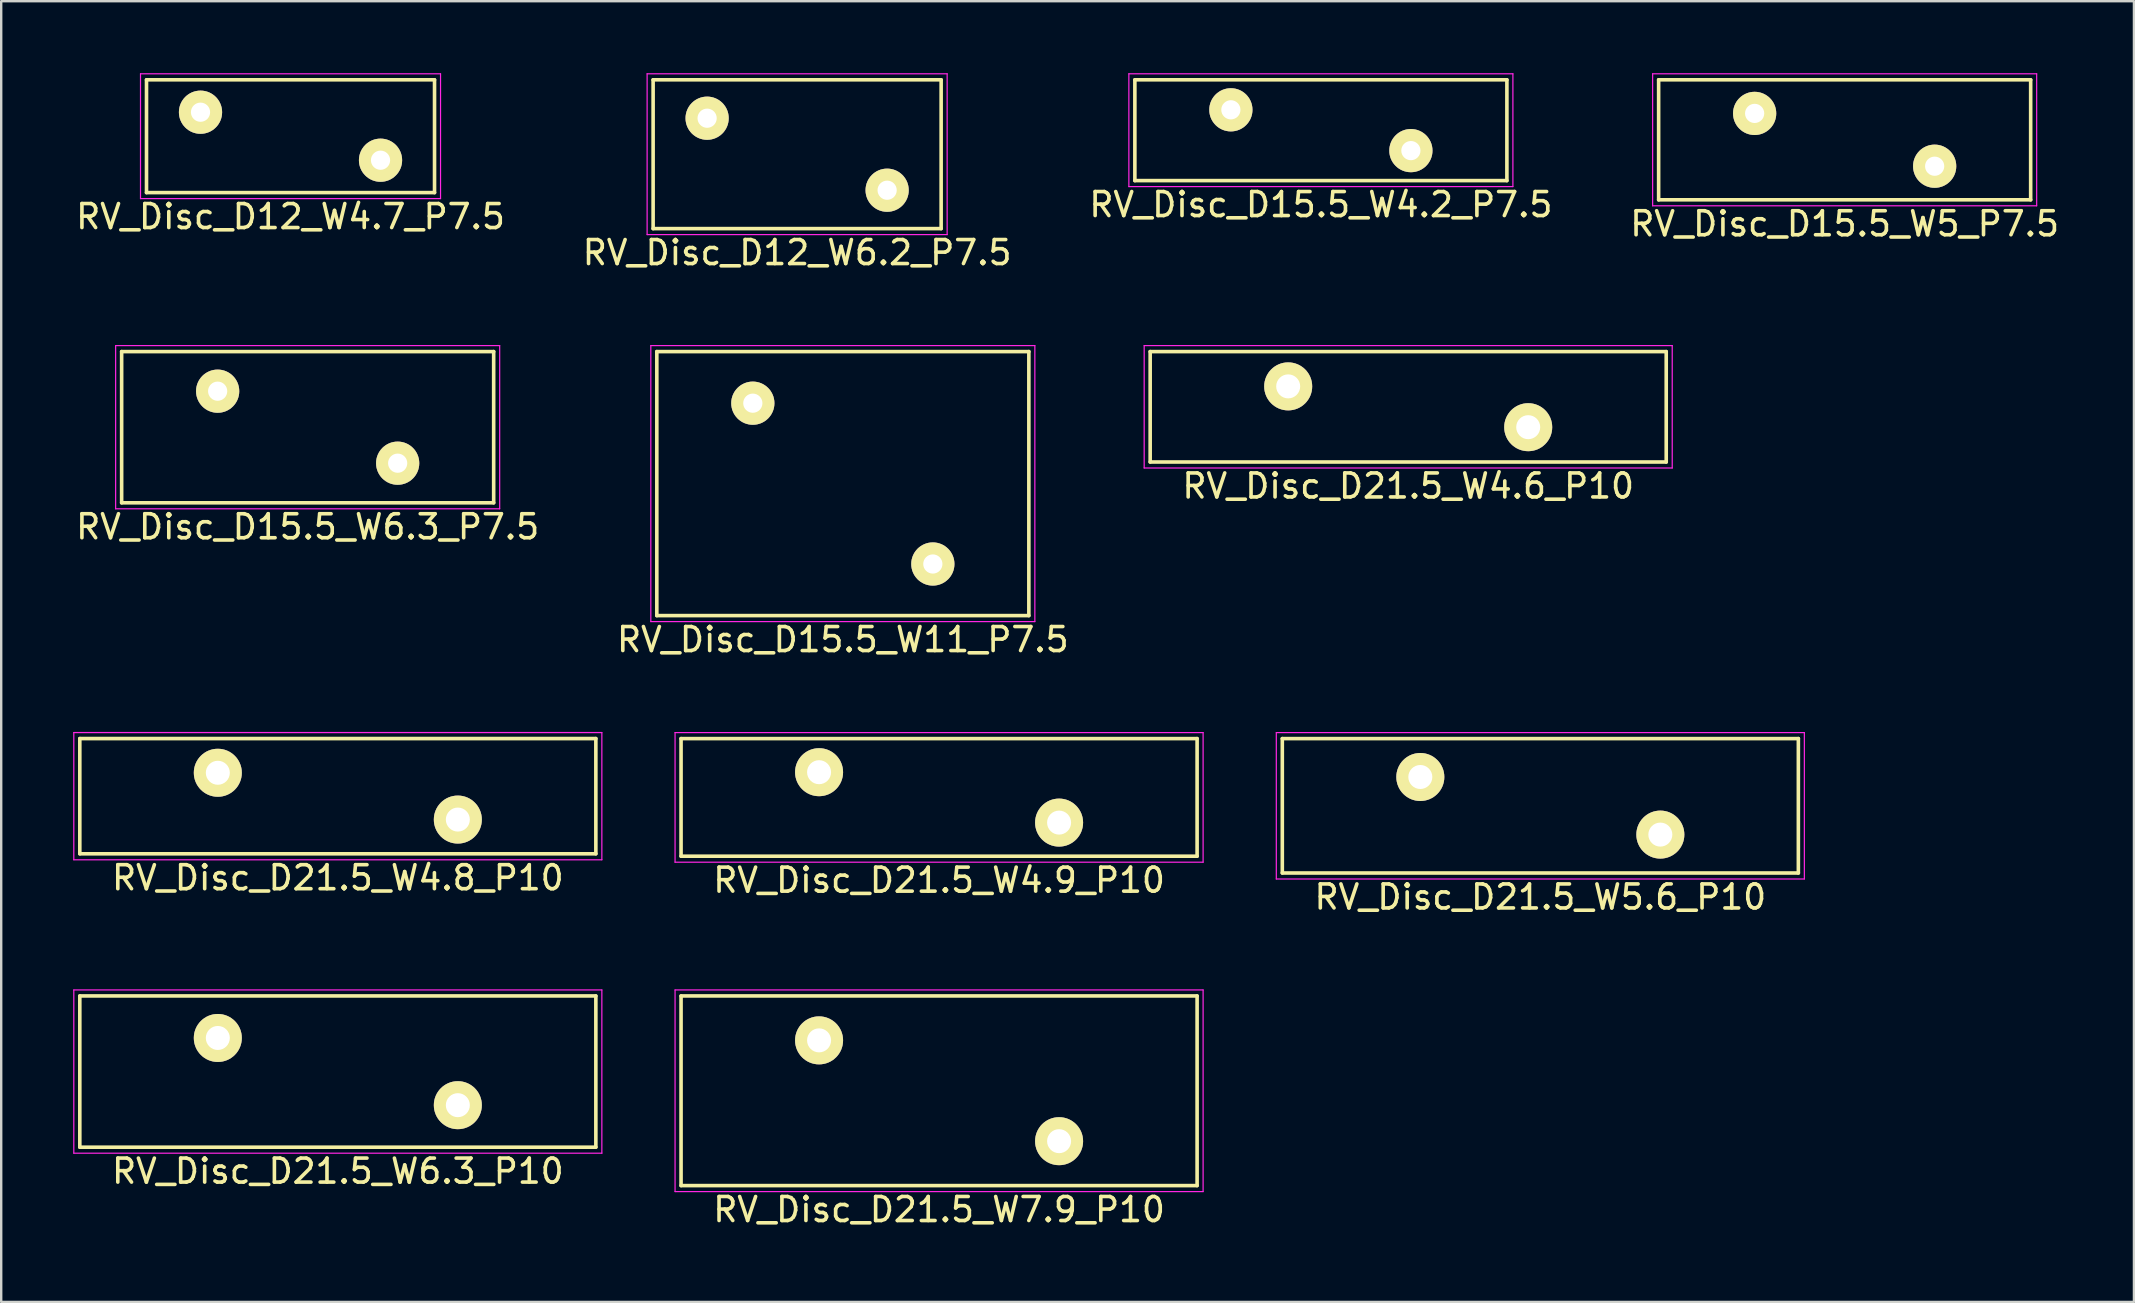
<source format=kicad_pcb>
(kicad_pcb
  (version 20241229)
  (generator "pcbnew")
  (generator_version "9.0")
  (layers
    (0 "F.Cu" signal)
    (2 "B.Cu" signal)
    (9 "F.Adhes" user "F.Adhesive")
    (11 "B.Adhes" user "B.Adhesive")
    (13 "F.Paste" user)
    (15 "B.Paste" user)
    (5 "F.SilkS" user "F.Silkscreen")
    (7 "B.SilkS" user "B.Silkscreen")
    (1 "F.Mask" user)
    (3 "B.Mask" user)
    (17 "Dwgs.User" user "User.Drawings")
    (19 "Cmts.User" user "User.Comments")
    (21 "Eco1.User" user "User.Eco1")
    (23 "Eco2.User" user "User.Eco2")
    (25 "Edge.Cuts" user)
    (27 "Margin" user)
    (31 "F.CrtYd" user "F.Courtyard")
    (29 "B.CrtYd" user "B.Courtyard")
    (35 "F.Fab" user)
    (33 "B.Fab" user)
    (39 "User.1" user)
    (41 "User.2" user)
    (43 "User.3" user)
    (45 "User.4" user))
  (footprint "RV_Disc_D15.5_W5_P7.5"
    (layer "F.Cu")
    (at 70.054 1.675)
    (property "Reference" "RV_Disc_D15.5_W5_P7.5" (at 3.75 4.6 0) (layer "F.SilkS") (effects (font (size 1 1) (thickness 0.15))))
    (attr through_hole)
    (fp_line (start -4 -1.4) (end -4 3.6) (stroke (width 0.15) (type solid)) (layer "F.SilkS"))
    (fp_line (start -4 -1.4) (end 11.5 -1.4) (stroke (width 0.15) (type solid)) (layer "F.SilkS"))
    (fp_line (start -4 3.6) (end 11.5 3.6) (stroke (width 0.15) (type solid)) (layer "F.SilkS"))
    (fp_line (start 11.5 -1.4) (end 11.5 3.6) (stroke (width 0.15) (type solid)) (layer "F.SilkS"))
    (fp_line (start -4.25 -1.65) (end -4.25 3.85) (stroke (width 0.05) (type solid)) (layer "F.CrtYd"))
    (fp_line (start -4.25 -1.65) (end 11.75 -1.65) (stroke (width 0.05) (type solid)) (layer "F.CrtYd"))
    (fp_line (start -4.25 3.85) (end 11.75 3.85) (stroke (width 0.05) (type solid)) (layer "F.CrtYd"))
    (fp_line (start 11.75 -1.65) (end 11.75 3.85) (stroke (width 0.05) (type solid)) (layer "F.CrtYd"))
    (pad "1" thru_hole circle (at 0 0) (size 1.8 1.8) (drill 0.8) (layers "*.Cu" "*.Mask" "F.SilkS"))
    (pad "2" thru_hole circle (at 7.5 2.2) (size 1.8 1.8) (drill 0.8) (layers "*.Cu" "*.Mask" "F.SilkS")))
  (footprint "RV_Disc_D21.5_W4.9_P10"
    (layer "F.Cu")
    (at 31.075 29.122)
    (property "Reference" "RV_Disc_D21.5_W4.9_P10" (at 5 4.5 0) (layer "F.SilkS") (effects (font (size 1 1) (thickness 0.15))))
    (attr through_hole)
    (fp_line (start -5.75 -1.4) (end -5.75 3.5) (stroke (width 0.15) (type solid)) (layer "F.SilkS"))
    (fp_line (start -5.75 -1.4) (end 15.75 -1.4) (stroke (width 0.15) (type solid)) (layer "F.SilkS"))
    (fp_line (start -5.75 3.5) (end 15.75 3.5) (stroke (width 0.15) (type solid)) (layer "F.SilkS"))
    (fp_line (start 15.75 -1.4) (end 15.75 3.5) (stroke (width 0.15) (type solid)) (layer "F.SilkS"))
    (fp_line (start -6 -1.65) (end -6 3.75) (stroke (width 0.05) (type solid)) (layer "F.CrtYd"))
    (fp_line (start -6 -1.65) (end 16 -1.65) (stroke (width 0.05) (type solid)) (layer "F.CrtYd"))
    (fp_line (start -6 3.75) (end 16 3.75) (stroke (width 0.05) (type solid)) (layer "F.CrtYd"))
    (fp_line (start 16 -1.65) (end 16 3.75) (stroke (width 0.05) (type solid)) (layer "F.CrtYd"))
    (pad "1" thru_hole circle (at 0 0) (size 2 2) (drill 1) (layers "*.Cu" "*.Mask" "F.SilkS"))
    (pad "2" thru_hole circle (at 10 2.1) (size 2 2) (drill 1) (layers "*.Cu" "*.Mask" "F.SilkS")))
  (footprint "RV_Disc_D15.5_W6.3_P7.5"
    (layer "F.Cu")
    (at 6.018 13.248)
    (property "Reference" "RV_Disc_D15.5_W6.3_P7.5" (at 3.75 5.65 0) (layer "F.SilkS") (effects (font (size 1 1) (thickness 0.15))))
    (attr through_hole)
    (fp_line (start -4 -1.65) (end -4 4.65) (stroke (width 0.15) (type solid)) (layer "F.SilkS"))
    (fp_line (start -4 -1.65) (end 11.5 -1.65) (stroke (width 0.15) (type solid)) (layer "F.SilkS"))
    (fp_line (start -4 4.65) (end 11.5 4.65) (stroke (width 0.15) (type solid)) (layer "F.SilkS"))
    (fp_line (start 11.5 -1.65) (end 11.5 4.65) (stroke (width 0.15) (type solid)) (layer "F.SilkS"))
    (fp_line (start -4.25 -1.9) (end -4.25 4.9) (stroke (width 0.05) (type solid)) (layer "F.CrtYd"))
    (fp_line (start -4.25 -1.9) (end 11.75 -1.9) (stroke (width 0.05) (type solid)) (layer "F.CrtYd"))
    (fp_line (start -4.25 4.9) (end 11.75 4.9) (stroke (width 0.05) (type solid)) (layer "F.CrtYd"))
    (fp_line (start 11.75 -1.9) (end 11.75 4.9) (stroke (width 0.05) (type solid)) (layer "F.CrtYd"))
    (pad "1" thru_hole circle (at 0 0) (size 1.8 1.8) (drill 0.8) (layers "*.Cu" "*.Mask" "F.SilkS"))
    (pad "2" thru_hole circle (at 7.5 3) (size 1.8 1.8) (drill 0.8) (layers "*.Cu" "*.Mask" "F.SilkS")))
  (footprint "RV_Disc_D21.5_W4.8_P10"
    (layer "F.Cu")
    (at 6.025 29.146)
    (property "Reference" "RV_Disc_D21.5_W4.8_P10" (at 5 4.375 0) (layer "F.SilkS") (effects (font (size 1 1) (thickness 0.15))))
    (attr through_hole)
    (fp_line (start -5.75 -1.425) (end -5.75 3.375) (stroke (width 0.15) (type solid)) (layer "F.SilkS"))
    (fp_line (start -5.75 -1.425) (end 15.75 -1.425) (stroke (width 0.15) (type solid)) (layer "F.SilkS"))
    (fp_line (start -5.75 3.375) (end 15.75 3.375) (stroke (width 0.15) (type solid)) (layer "F.SilkS"))
    (fp_line (start 15.75 -1.425) (end 15.75 3.375) (stroke (width 0.15) (type solid)) (layer "F.SilkS"))
    (fp_line (start -6 -1.675) (end -6 3.625) (stroke (width 0.05) (type solid)) (layer "F.CrtYd"))
    (fp_line (start -6 -1.675) (end 16 -1.675) (stroke (width 0.05) (type solid)) (layer "F.CrtYd"))
    (fp_line (start -6 3.625) (end 16 3.625) (stroke (width 0.05) (type solid)) (layer "F.CrtYd"))
    (fp_line (start 16 -1.675) (end 16 3.625) (stroke (width 0.05) (type solid)) (layer "F.CrtYd"))
    (pad "1" thru_hole circle (at 0 0) (size 2 2) (drill 1) (layers "*.Cu" "*.Mask" "F.SilkS"))
    (pad "2" thru_hole circle (at 10 1.95) (size 2 2) (drill 1) (layers "*.Cu" "*.Mask" "F.SilkS")))
  (footprint "RV_Disc_D21.5_W6.3_P10"
    (layer "F.Cu")
    (at 6.025 40.195)
    (property "Reference" "RV_Disc_D21.5_W6.3_P10" (at 5 5.55 0) (layer "F.SilkS") (effects (font (size 1 1) (thickness 0.15))))
    (attr through_hole)
    (fp_line (start -5.75 -1.75) (end -5.75 4.55) (stroke (width 0.15) (type solid)) (layer "F.SilkS"))
    (fp_line (start -5.75 -1.75) (end 15.75 -1.75) (stroke (width 0.15) (type solid)) (layer "F.SilkS"))
    (fp_line (start -5.75 4.55) (end 15.75 4.55) (stroke (width 0.15) (type solid)) (layer "F.SilkS"))
    (fp_line (start 15.75 -1.75) (end 15.75 4.55) (stroke (width 0.15) (type solid)) (layer "F.SilkS"))
    (fp_line (start -6 -2) (end -6 4.8) (stroke (width 0.05) (type solid)) (layer "F.CrtYd"))
    (fp_line (start -6 -2) (end 16 -2) (stroke (width 0.05) (type solid)) (layer "F.CrtYd"))
    (fp_line (start -6 4.8) (end 16 4.8) (stroke (width 0.05) (type solid)) (layer "F.CrtYd"))
    (fp_line (start 16 -2) (end 16 4.8) (stroke (width 0.05) (type solid)) (layer "F.CrtYd"))
    (pad "1" thru_hole circle (at 0 0) (size 2 2) (drill 1) (layers "*.Cu" "*.Mask" "F.SilkS"))
    (pad "2" thru_hole circle (at 10 2.8) (size 2 2) (drill 1) (layers "*.Cu" "*.Mask" "F.SilkS")))
  (footprint "RV_Disc_D15.5_W4.2_P7.5"
    (layer "F.Cu")
    (at 48.232 1.525)
    (property "Reference" "RV_Disc_D15.5_W4.2_P7.5" (at 3.75 3.95 0) (layer "F.SilkS") (effects (font (size 1 1) (thickness 0.15))))
    (attr through_hole)
    (fp_line (start -4 -1.25) (end -4 2.95) (stroke (width 0.15) (type solid)) (layer "F.SilkS"))
    (fp_line (start -4 -1.25) (end 11.5 -1.25) (stroke (width 0.15) (type solid)) (layer "F.SilkS"))
    (fp_line (start -4 2.95) (end 11.5 2.95) (stroke (width 0.15) (type solid)) (layer "F.SilkS"))
    (fp_line (start 11.5 -1.25) (end 11.5 2.95) (stroke (width 0.15) (type solid)) (layer "F.SilkS"))
    (fp_line (start -4.25 -1.5) (end -4.25 3.2) (stroke (width 0.05) (type solid)) (layer "F.CrtYd"))
    (fp_line (start -4.25 -1.5) (end 11.75 -1.5) (stroke (width 0.05) (type solid)) (layer "F.CrtYd"))
    (fp_line (start -4.25 3.2) (end 11.75 3.2) (stroke (width 0.05) (type solid)) (layer "F.CrtYd"))
    (fp_line (start 11.75 -1.5) (end 11.75 3.2) (stroke (width 0.05) (type solid)) (layer "F.CrtYd"))
    (pad "1" thru_hole circle (at 0 0) (size 1.8 1.8) (drill 0.8) (layers "*.Cu" "*.Mask" "F.SilkS"))
    (pad "2" thru_hole circle (at 7.5 1.7) (size 1.8 1.8) (drill 0.8) (layers "*.Cu" "*.Mask" "F.SilkS")))
  (footprint "RV_Disc_D12_W4.7_P7.5"
    (layer "F.Cu")
    (at 5.304 1.625)
    (property "Reference" "RV_Disc_D12_W4.7_P7.5" (at 3.75 4.35 0) (layer "F.SilkS") (effects (font (size 1 1) (thickness 0.15))))
    (attr through_hole)
    (fp_line (start -2.25 -1.35) (end -2.25 3.35) (stroke (width 0.15) (type solid)) (layer "F.SilkS"))
    (fp_line (start -2.25 -1.35) (end 9.75 -1.35) (stroke (width 0.15) (type solid)) (layer "F.SilkS"))
    (fp_line (start -2.25 3.35) (end 9.75 3.35) (stroke (width 0.15) (type solid)) (layer "F.SilkS"))
    (fp_line (start 9.75 -1.35) (end 9.75 3.35) (stroke (width 0.15) (type solid)) (layer "F.SilkS"))
    (fp_line (start -2.5 -1.6) (end -2.5 3.6) (stroke (width 0.05) (type solid)) (layer "F.CrtYd"))
    (fp_line (start -2.5 -1.6) (end 10 -1.6) (stroke (width 0.05) (type solid)) (layer "F.CrtYd"))
    (fp_line (start -2.5 3.6) (end 10 3.6) (stroke (width 0.05) (type solid)) (layer "F.CrtYd"))
    (fp_line (start 10 -1.6) (end 10 3.6) (stroke (width 0.05) (type solid)) (layer "F.CrtYd"))
    (pad "1" thru_hole circle (at 0 0) (size 1.8 1.8) (drill 0.8) (layers "*.Cu" "*.Mask" "F.SilkS"))
    (pad "2" thru_hole circle (at 7.5 2) (size 1.8 1.8) (drill 0.8) (layers "*.Cu" "*.Mask" "F.SilkS")))
  (footprint "RV_Disc_D15.5_W11_P7.5"
    (layer "F.Cu")
    (at 28.315 13.748)
    (property "Reference" "RV_Disc_D15.5_W11_P7.5" (at 3.75 9.85 0) (layer "F.SilkS") (effects (font (size 1 1) (thickness 0.15))))
    (attr through_hole)
    (fp_line (start -4 -2.15) (end -4 8.85) (stroke (width 0.15) (type solid)) (layer "F.SilkS"))
    (fp_line (start -4 -2.15) (end 11.5 -2.15) (stroke (width 0.15) (type solid)) (layer "F.SilkS"))
    (fp_line (start -4 8.85) (end 11.5 8.85) (stroke (width 0.15) (type solid)) (layer "F.SilkS"))
    (fp_line (start 11.5 -2.15) (end 11.5 8.85) (stroke (width 0.15) (type solid)) (layer "F.SilkS"))
    (fp_line (start -4.25 -2.4) (end -4.25 9.1) (stroke (width 0.05) (type solid)) (layer "F.CrtYd"))
    (fp_line (start -4.25 -2.4) (end 11.75 -2.4) (stroke (width 0.05) (type solid)) (layer "F.CrtYd"))
    (fp_line (start -4.25 9.1) (end 11.75 9.1) (stroke (width 0.05) (type solid)) (layer "F.CrtYd"))
    (fp_line (start 11.75 -2.4) (end 11.75 9.1) (stroke (width 0.05) (type solid)) (layer "F.CrtYd"))
    (pad "1" thru_hole circle (at 0 0) (size 1.8 1.8) (drill 0.8) (layers "*.Cu" "*.Mask" "F.SilkS"))
    (pad "2" thru_hole circle (at 7.5 6.7) (size 1.8 1.8) (drill 0.8) (layers "*.Cu" "*.Mask" "F.SilkS")))
  (footprint "RV_Disc_D21.5_W4.6_P10"
    (layer "F.Cu")
    (at 50.62 13.048)
    (property "Reference" "RV_Disc_D21.5_W4.6_P10" (at 5 4.15 0) (layer "F.SilkS") (effects (font (size 1 1) (thickness 0.15))))
    (attr through_hole)
    (fp_line (start -5.75 -1.45) (end -5.75 3.15) (stroke (width 0.15) (type solid)) (layer "F.SilkS"))
    (fp_line (start -5.75 -1.45) (end 15.75 -1.45) (stroke (width 0.15) (type solid)) (layer "F.SilkS"))
    (fp_line (start -5.75 3.15) (end 15.75 3.15) (stroke (width 0.15) (type solid)) (layer "F.SilkS"))
    (fp_line (start 15.75 -1.45) (end 15.75 3.15) (stroke (width 0.15) (type solid)) (layer "F.SilkS"))
    (fp_line (start -6 -1.7) (end -6 3.4) (stroke (width 0.05) (type solid)) (layer "F.CrtYd"))
    (fp_line (start -6 -1.7) (end 16 -1.7) (stroke (width 0.05) (type solid)) (layer "F.CrtYd"))
    (fp_line (start -6 3.4) (end 16 3.4) (stroke (width 0.05) (type solid)) (layer "F.CrtYd"))
    (fp_line (start 16 -1.7) (end 16 3.4) (stroke (width 0.05) (type solid)) (layer "F.CrtYd"))
    (pad "1" thru_hole circle (at 0 0) (size 2 2) (drill 1) (layers "*.Cu" "*.Mask" "F.SilkS"))
    (pad "2" thru_hole circle (at 10 1.7) (size 2 2) (drill 1) (layers "*.Cu" "*.Mask" "F.SilkS")))
  (footprint "RV_Disc_D21.5_W7.9_P10"
    (layer "F.Cu")
    (at 31.075 40.295)
    (property "Reference" "RV_Disc_D21.5_W7.9_P10" (at 5 7.05 0) (layer "F.SilkS") (effects (font (size 1 1) (thickness 0.15))))
    (attr through_hole)
    (fp_line (start -5.75 -1.85) (end -5.75 6.05) (stroke (width 0.15) (type solid)) (layer "F.SilkS"))
    (fp_line (start -5.75 -1.85) (end 15.75 -1.85) (stroke (width 0.15) (type solid)) (layer "F.SilkS"))
    (fp_line (start -5.75 6.05) (end 15.75 6.05) (stroke (width 0.15) (type solid)) (layer "F.SilkS"))
    (fp_line (start 15.75 -1.85) (end 15.75 6.05) (stroke (width 0.15) (type solid)) (layer "F.SilkS"))
    (fp_line (start -6 -2.1) (end -6 6.3) (stroke (width 0.05) (type solid)) (layer "F.CrtYd"))
    (fp_line (start -6 -2.1) (end 16 -2.1) (stroke (width 0.05) (type solid)) (layer "F.CrtYd"))
    (fp_line (start -6 6.3) (end 16 6.3) (stroke (width 0.05) (type solid)) (layer "F.CrtYd"))
    (fp_line (start 16 -2.1) (end 16 6.3) (stroke (width 0.05) (type solid)) (layer "F.CrtYd"))
    (pad "1" thru_hole circle (at 0 0) (size 2 2) (drill 1) (layers "*.Cu" "*.Mask" "F.SilkS"))
    (pad "2" thru_hole circle (at 10 4.2) (size 2 2) (drill 1) (layers "*.Cu" "*.Mask" "F.SilkS")))
  (footprint "RV_Disc_D21.5_W5.6_P10"
    (layer "F.Cu")
    (at 56.125 29.322)
    (property "Reference" "RV_Disc_D21.5_W5.6_P10" (at 5 5 0) (layer "F.SilkS") (effects (font (size 1 1) (thickness 0.15))))
    (attr through_hole)
    (fp_line (start -5.75 -1.6) (end -5.75 4) (stroke (width 0.15) (type solid)) (layer "F.SilkS"))
    (fp_line (start -5.75 -1.6) (end 15.75 -1.6) (stroke (width 0.15) (type solid)) (layer "F.SilkS"))
    (fp_line (start -5.75 4) (end 15.75 4) (stroke (width 0.15) (type solid)) (layer "F.SilkS"))
    (fp_line (start 15.75 -1.6) (end 15.75 4) (stroke (width 0.15) (type solid)) (layer "F.SilkS"))
    (fp_line (start -6 -1.85) (end -6 4.25) (stroke (width 0.05) (type solid)) (layer "F.CrtYd"))
    (fp_line (start -6 -1.85) (end 16 -1.85) (stroke (width 0.05) (type solid)) (layer "F.CrtYd"))
    (fp_line (start -6 4.25) (end 16 4.25) (stroke (width 0.05) (type solid)) (layer "F.CrtYd"))
    (fp_line (start 16 -1.85) (end 16 4.25) (stroke (width 0.05) (type solid)) (layer "F.CrtYd"))
    (pad "1" thru_hole circle (at 0 0) (size 2 2) (drill 1) (layers "*.Cu" "*.Mask" "F.SilkS"))
    (pad "2" thru_hole circle (at 10 2.4) (size 2 2) (drill 1) (layers "*.Cu" "*.Mask" "F.SilkS")))
  (footprint "RV_Disc_D12_W6.2_P7.5"
    (layer "F.Cu")
    (at 26.411 1.875)
    (property "Reference" "RV_Disc_D12_W6.2_P7.5" (at 3.75 5.6 0) (layer "F.SilkS") (effects (font (size 1 1) (thickness 0.15))))
    (attr through_hole)
    (fp_line (start -2.25 -1.6) (end -2.25 4.6) (stroke (width 0.15) (type solid)) (layer "F.SilkS"))
    (fp_line (start -2.25 -1.6) (end 9.75 -1.6) (stroke (width 0.15) (type solid)) (layer "F.SilkS"))
    (fp_line (start -2.25 4.6) (end 9.75 4.6) (stroke (width 0.15) (type solid)) (layer "F.SilkS"))
    (fp_line (start 9.75 -1.6) (end 9.75 4.6) (stroke (width 0.15) (type solid)) (layer "F.SilkS"))
    (fp_line (start -2.5 -1.85) (end -2.5 4.85) (stroke (width 0.05) (type solid)) (layer "F.CrtYd"))
    (fp_line (start -2.5 -1.85) (end 10 -1.85) (stroke (width 0.05) (type solid)) (layer "F.CrtYd"))
    (fp_line (start -2.5 4.85) (end 10 4.85) (stroke (width 0.05) (type solid)) (layer "F.CrtYd"))
    (fp_line (start 10 -1.85) (end 10 4.85) (stroke (width 0.05) (type solid)) (layer "F.CrtYd"))
    (pad "1" thru_hole circle (at 0 0) (size 1.8 1.8) (drill 0.8) (layers "*.Cu" "*.Mask" "F.SilkS"))
    (pad "2" thru_hole circle (at 7.5 3) (size 1.8 1.8) (drill 0.8) (layers "*.Cu" "*.Mask" "F.SilkS")))
  (gr_rect
    (start -3 -3)
    (end 85.857 51.193)
    (stroke (width 0.1) (type default))
    (fill no)
    (layer "Edge.Cuts")))
</source>
